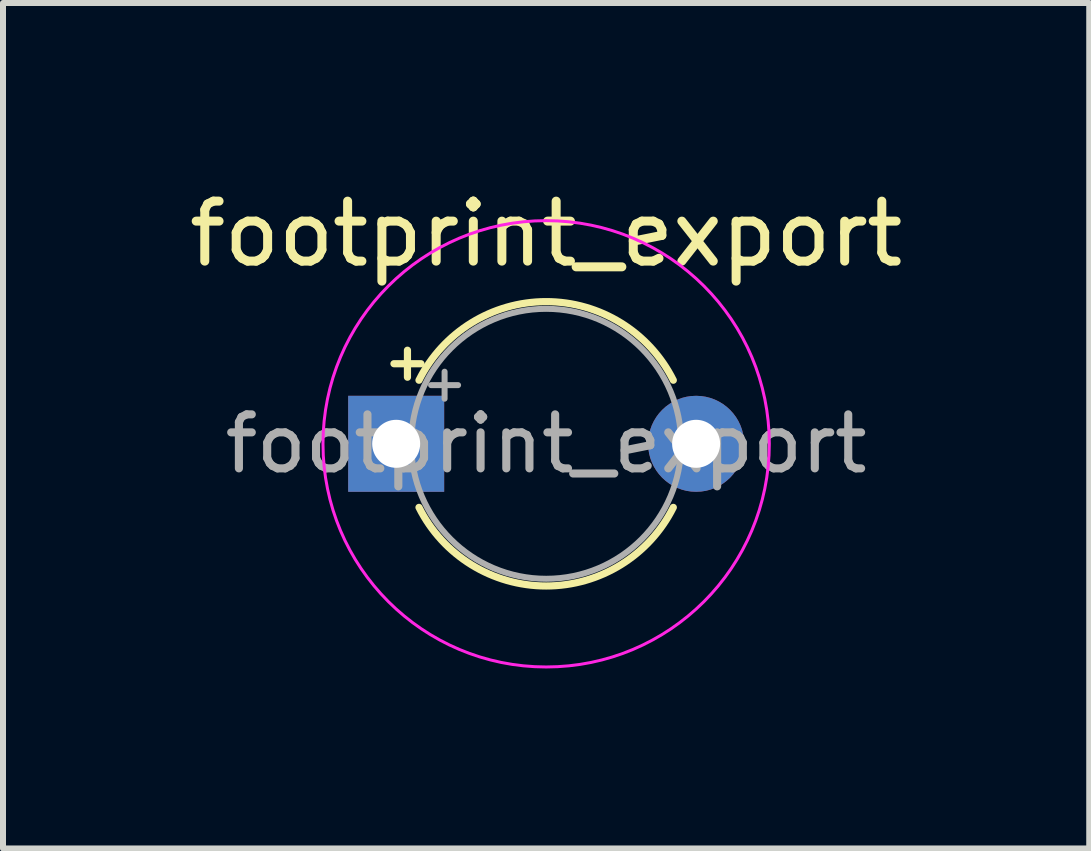
<source format=kicad_pcb>
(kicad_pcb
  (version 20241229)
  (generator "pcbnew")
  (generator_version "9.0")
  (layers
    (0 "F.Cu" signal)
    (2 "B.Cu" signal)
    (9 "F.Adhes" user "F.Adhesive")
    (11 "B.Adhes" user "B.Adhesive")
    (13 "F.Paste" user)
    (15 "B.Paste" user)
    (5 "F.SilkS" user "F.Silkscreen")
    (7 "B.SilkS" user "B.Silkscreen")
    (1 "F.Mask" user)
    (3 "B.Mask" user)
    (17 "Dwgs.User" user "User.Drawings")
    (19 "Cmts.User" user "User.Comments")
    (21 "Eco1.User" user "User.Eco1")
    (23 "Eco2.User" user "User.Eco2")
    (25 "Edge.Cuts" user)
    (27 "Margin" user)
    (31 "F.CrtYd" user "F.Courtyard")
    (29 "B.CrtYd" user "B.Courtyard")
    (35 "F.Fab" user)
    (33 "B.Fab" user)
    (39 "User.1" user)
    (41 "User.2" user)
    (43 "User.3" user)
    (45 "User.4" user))
  (footprint "footprint_export"
    (layer "F.Cu")
    (at 3.554 4.348)
    (property "Reference" "footprint_export" (at 2.5 -3.5 0) (layer "F.SilkS") (effects (font (size 1 1) (thickness 0.15))))
    (attr through_hole)
    (fp_line (start -0.037 -1.335) (end 0.413 -1.335) (stroke (width 0.12) (type solid)) (layer "F.SilkS"))
    (fp_line (start 0.188 -1.56) (end 0.188 -1.11) (stroke (width 0.12) (type solid)) (layer "F.SilkS"))
    (fp_arc (start 0.380259 -1.06) (mid 2.5 -2.37) (end 4.619741 -1.06) (stroke (width 0.12) (type solid)) (layer "F.SilkS"))
    (fp_arc (start 4.619741 1.06) (mid 2.5 2.37) (end 0.380259 1.06) (stroke (width 0.12) (type solid)) (layer "F.SilkS"))
    (fp_circle (center 2.5 0) (end 6.22 0) (stroke (width 0.05) (type solid)) (fill no) (layer "F.CrtYd"))
    (fp_line (start 0.582 -0.978) (end 1.032 -0.978) (stroke (width 0.1) (type solid)) (layer "F.Fab"))
    (fp_line (start 0.807 -1.202) (end 0.807 -0.752) (stroke (width 0.1) (type solid)) (layer "F.Fab"))
    (fp_circle (center 2.5 0) (end 4.75 0) (stroke (width 0.1) (type solid)) (fill no) (layer "F.Fab"))
    (fp_text user "${REFERENCE}" (at 2.5 0 0) (layer "F.Fab") (effects (font (size 0.9 0.9) (thickness 0.135))))
    (pad "1" thru_hole rect (at 0 0) (size 1.6 1.6) (drill 0.8) (layers "*.Cu" "*.Mask"))
    (pad "2" thru_hole circle (at 5 0) (size 1.6 1.6) (drill 0.8) (layers "*.Cu" "*.Mask")))
  (gr_rect
    (start -3 -3)
    (end 15.107 11.093)
    (stroke (width 0.1) (type default))
    (fill no)
    (layer "Edge.Cuts")))
</source>
